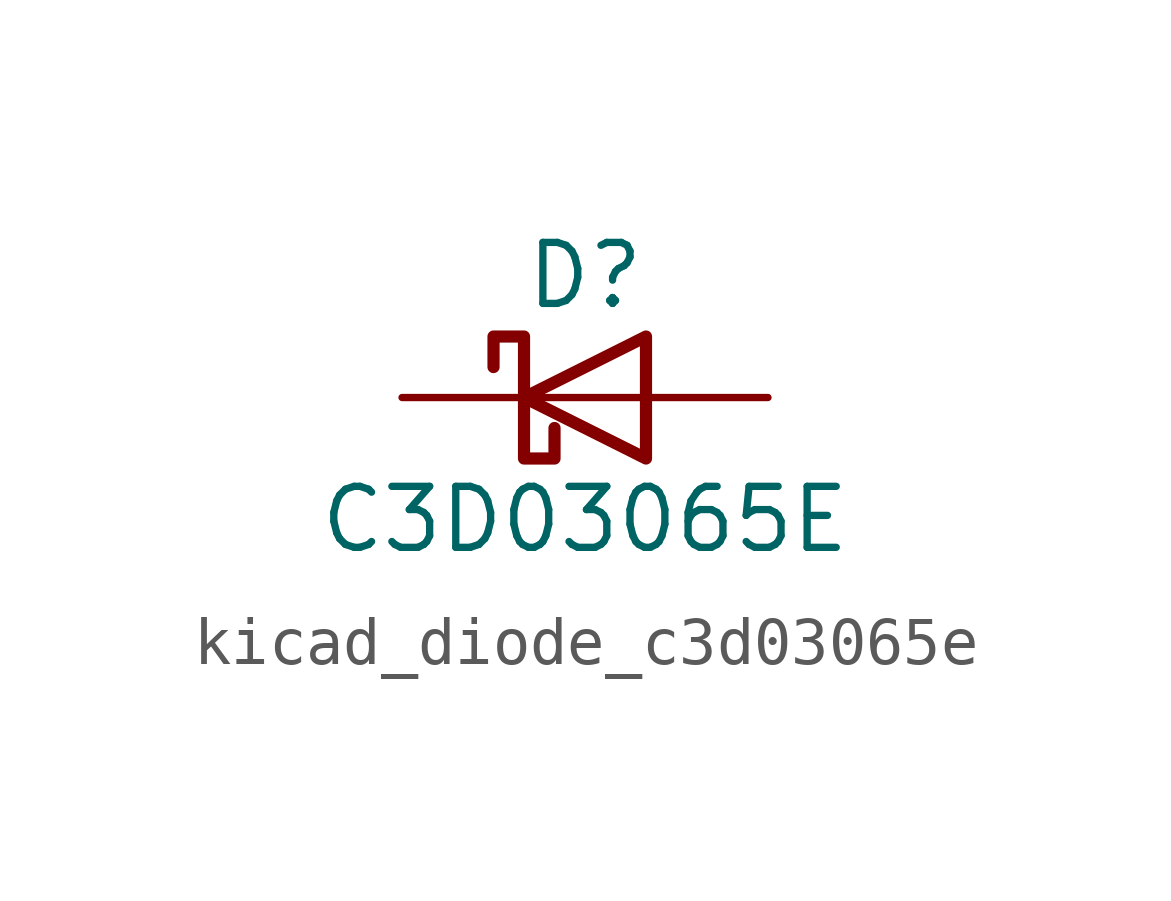
<source format=kicad_sym>
(kicad_symbol_lib
  (version 20220914)
  (generator kicad_symbol_editor)
  (symbol "kicad_diode_c3d03065e"
    (pin_numbers hide)
    (pin_names
      (offset 1.016) hide)
    (property "Reference" "D"
      (at 0 2.54 0)
      (effects (font (size 1.27 1.27))))
    (property "Value" "C3D03065E"
      (at 0 -2.54 0)
      (effects (font (size 1.27 1.27))))
    (symbol "kicad_diode_c3d03065e_0_1"
      (polyline (pts (xy 1.27 0) (xy -1.27 0)) (stroke (width 0) (type default)) (fill (type none)))
      (polyline (pts (xy 1.27 1.27) (xy 1.27 -1.27) (xy -1.27 0) (xy 1.27 1.27)) (stroke (width 0.254) (type default)) (fill (type none)))
      (polyline (pts (xy -1.905 0.635) (xy -1.905 1.27) (xy -1.27 1.27) (xy -1.27 -1.27) (xy -0.635 -1.27) (xy -0.635 -0.635)) (stroke (width 0.254) (type default)) (fill (type none))))
    (symbol "kicad_diode_c3d03065e_1_1"
      (pin passive line (at -3.81 0 0) (length 2.54) (name "K" (effects (font (size 1.27 1.27)))) (number "1" (effects (font (size 1.27 1.27)))))
      (pin passive line (at 3.81 0 180) (length 2.54) (name "A" (effects (font (size 1.27 1.27)))) (number "2" (effects (font (size 1.27 1.27))))))))
</source>
